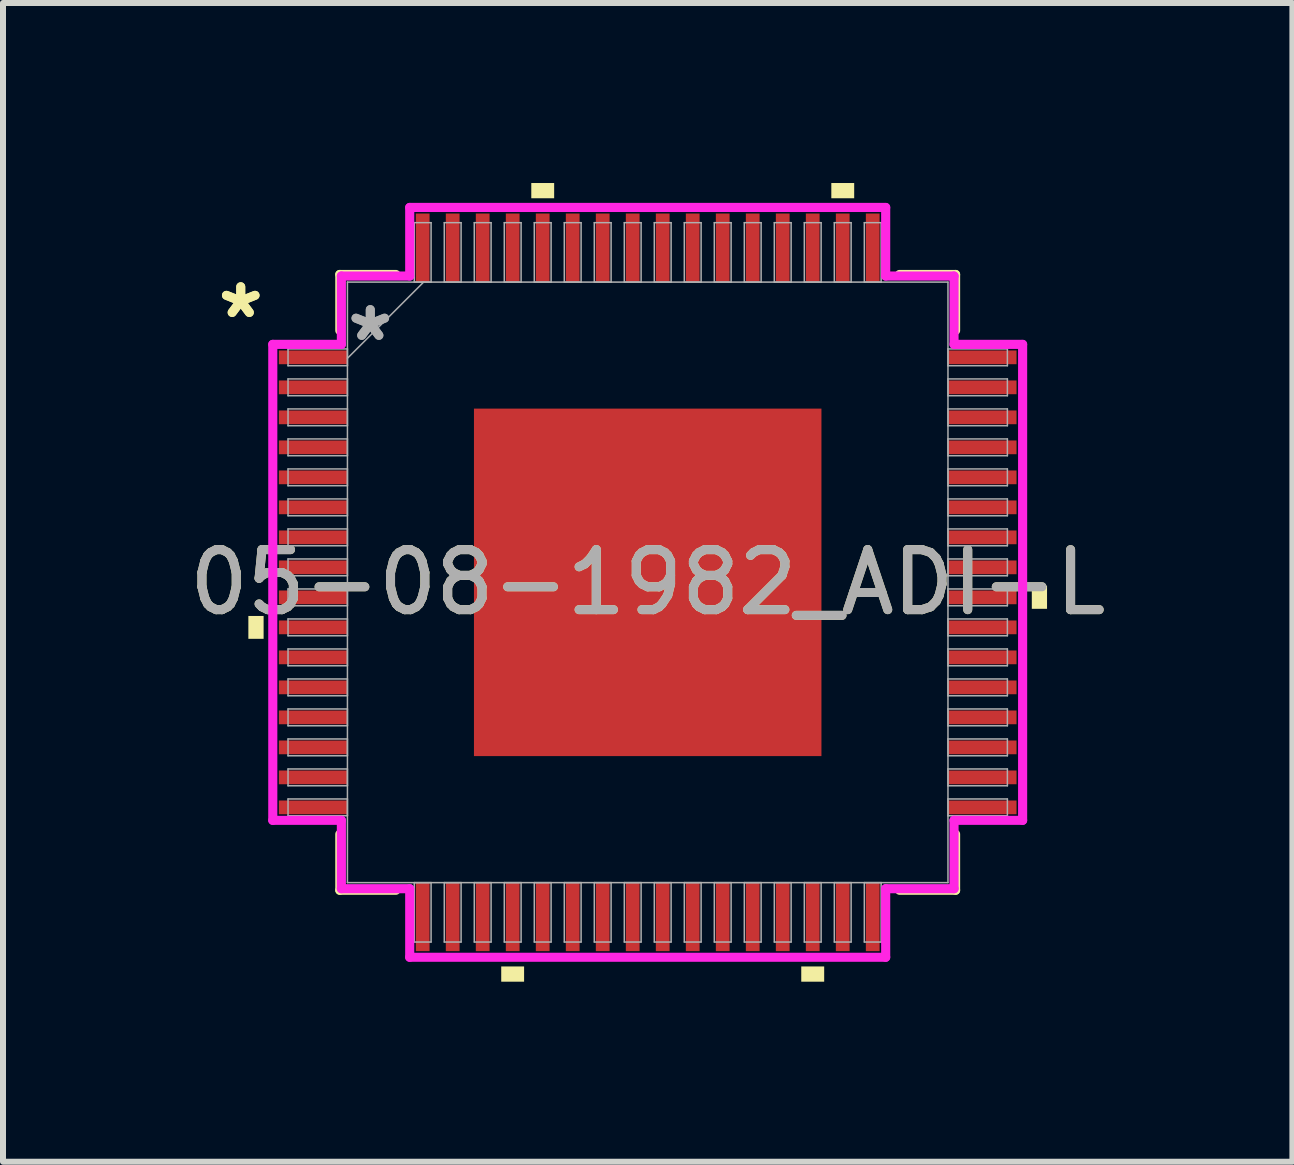
<source format=kicad_pcb>
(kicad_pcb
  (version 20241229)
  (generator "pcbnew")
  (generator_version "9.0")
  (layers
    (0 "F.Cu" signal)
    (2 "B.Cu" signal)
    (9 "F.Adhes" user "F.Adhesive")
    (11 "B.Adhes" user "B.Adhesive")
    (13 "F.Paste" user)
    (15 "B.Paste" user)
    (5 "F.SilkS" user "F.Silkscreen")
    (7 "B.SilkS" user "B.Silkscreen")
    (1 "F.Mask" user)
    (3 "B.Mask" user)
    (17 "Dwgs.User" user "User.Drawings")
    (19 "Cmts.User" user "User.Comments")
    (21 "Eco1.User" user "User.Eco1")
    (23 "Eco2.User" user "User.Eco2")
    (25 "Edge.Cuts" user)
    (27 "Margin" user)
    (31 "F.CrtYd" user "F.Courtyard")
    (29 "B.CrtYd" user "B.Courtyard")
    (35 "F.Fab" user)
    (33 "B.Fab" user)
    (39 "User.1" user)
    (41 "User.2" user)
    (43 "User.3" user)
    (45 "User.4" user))
  (footprint "05-08-1982_ADI-L"
    (layer "F.Cu")
    (at 7.744 6.655)
    (property "Reference" "05-08-1982_ADI-L" (at 0 0 0) (unlocked yes) (layer "F.SilkS") (effects (font (size 1 1) (thickness 0.15))))
    (attr smd)
    (fp_line (start -5.131 -5.131) (end -5.131 -4.197) (stroke (width 0.152) (type solid)) (layer "F.SilkS"))
    (fp_line (start -5.131 4.197) (end -5.131 5.131) (stroke (width 0.152) (type solid)) (layer "F.SilkS"))
    (fp_line (start -5.131 5.131) (end -4.197 5.131) (stroke (width 0.152) (type solid)) (layer "F.SilkS"))
    (fp_line (start -4.197 -5.131) (end -5.131 -5.131) (stroke (width 0.152) (type solid)) (layer "F.SilkS"))
    (fp_line (start 4.197 5.131) (end 5.131 5.131) (stroke (width 0.152) (type solid)) (layer "F.SilkS"))
    (fp_line (start 5.131 -5.131) (end 4.197 -5.131) (stroke (width 0.152) (type solid)) (layer "F.SilkS"))
    (fp_line (start 5.131 -4.197) (end 5.131 -5.131) (stroke (width 0.152) (type solid)) (layer "F.SilkS"))
    (fp_line (start 5.131 5.131) (end 5.131 4.197) (stroke (width 0.152) (type solid)) (layer "F.SilkS"))
    (fp_poly (pts (xy -6.655 0.56) (xy -6.655 0.941) (xy -6.401 0.941) (xy -6.401 0.56)) (stroke (width 0) (type solid)) (fill yes) (layer "F.SilkS"))
    (fp_poly (pts (xy -2.441 6.401) (xy -2.441 6.655) (xy -2.06 6.655) (xy -2.06 6.401)) (stroke (width 0) (type solid)) (fill yes) (layer "F.SilkS"))
    (fp_poly (pts (xy -1.94 -6.401) (xy -1.94 -6.655) (xy -1.559 -6.655) (xy -1.559 -6.401)) (stroke (width 0) (type solid)) (fill yes) (layer "F.SilkS"))
    (fp_poly (pts (xy 2.559 6.401) (xy 2.559 6.655) (xy 2.941 6.655) (xy 2.941 6.401)) (stroke (width 0) (type solid)) (fill yes) (layer "F.SilkS"))
    (fp_poly (pts (xy 3.06 -6.401) (xy 3.06 -6.655) (xy 3.441 -6.655) (xy 3.441 -6.401)) (stroke (width 0) (type solid)) (fill yes) (layer "F.SilkS"))
    (fp_poly (pts (xy 6.655 0.059) (xy 6.655 0.441) (xy 6.401 0.441) (xy 6.401 0.059)) (stroke (width 0) (type solid)) (fill yes) (layer "F.SilkS"))
    (fp_poly (pts (xy -2.796 -2.796) (xy -2.796 -1.548) (xy -1.548 -1.548) (xy -1.548 -2.796)) (stroke (width 0) (type solid)) (fill yes) (layer "F.Paste"))
    (fp_poly (pts (xy -2.796 -1.348) (xy -2.796 -0.1) (xy -1.548 -0.1) (xy -1.548 -1.348)) (stroke (width 0) (type solid)) (fill yes) (layer "F.Paste"))
    (fp_poly (pts (xy -2.796 0.1) (xy -2.796 1.348) (xy -1.548 1.348) (xy -1.548 0.1)) (stroke (width 0) (type solid)) (fill yes) (layer "F.Paste"))
    (fp_poly (pts (xy -2.796 1.548) (xy -2.796 2.796) (xy -1.548 2.796) (xy -1.548 1.548)) (stroke (width 0) (type solid)) (fill yes) (layer "F.Paste"))
    (fp_poly (pts (xy -1.348 -2.796) (xy -1.348 -1.548) (xy -0.1 -1.548) (xy -0.1 -2.796)) (stroke (width 0) (type solid)) (fill yes) (layer "F.Paste"))
    (fp_poly (pts (xy -1.348 -1.348) (xy -1.348 -0.1) (xy -0.1 -0.1) (xy -0.1 -1.348)) (stroke (width 0) (type solid)) (fill yes) (layer "F.Paste"))
    (fp_poly (pts (xy -1.348 0.1) (xy -1.348 1.348) (xy -0.1 1.348) (xy -0.1 0.1)) (stroke (width 0) (type solid)) (fill yes) (layer "F.Paste"))
    (fp_poly (pts (xy -1.348 1.548) (xy -1.348 2.796) (xy -0.1 2.796) (xy -0.1 1.548)) (stroke (width 0) (type solid)) (fill yes) (layer "F.Paste"))
    (fp_poly (pts (xy 0.1 -2.796) (xy 0.1 -1.548) (xy 1.348 -1.548) (xy 1.348 -2.796)) (stroke (width 0) (type solid)) (fill yes) (layer "F.Paste"))
    (fp_poly (pts (xy 0.1 -1.348) (xy 0.1 -0.1) (xy 1.348 -0.1) (xy 1.348 -1.348)) (stroke (width 0) (type solid)) (fill yes) (layer "F.Paste"))
    (fp_poly (pts (xy 0.1 0.1) (xy 0.1 1.348) (xy 1.348 1.348) (xy 1.348 0.1)) (stroke (width 0) (type solid)) (fill yes) (layer "F.Paste"))
    (fp_poly (pts (xy 0.1 1.548) (xy 0.1 2.796) (xy 1.348 2.796) (xy 1.348 1.548)) (stroke (width 0) (type solid)) (fill yes) (layer "F.Paste"))
    (fp_poly (pts (xy 1.548 -2.796) (xy 1.548 -1.548) (xy 2.796 -1.548) (xy 2.796 -2.796)) (stroke (width 0) (type solid)) (fill yes) (layer "F.Paste"))
    (fp_poly (pts (xy 1.548 -1.348) (xy 1.548 -0.1) (xy 2.796 -0.1) (xy 2.796 -1.348)) (stroke (width 0) (type solid)) (fill yes) (layer "F.Paste"))
    (fp_poly (pts (xy 1.548 0.1) (xy 1.548 1.348) (xy 2.796 1.348) (xy 2.796 0.1)) (stroke (width 0) (type solid)) (fill yes) (layer "F.Paste"))
    (fp_poly (pts (xy 1.548 1.548) (xy 1.548 2.796) (xy 2.796 2.796) (xy 2.796 1.548)) (stroke (width 0) (type solid)) (fill yes) (layer "F.Paste"))
    (fp_line (start -6.248 -3.966) (end -5.105 -3.966) (stroke (width 0.152) (type solid)) (layer "F.CrtYd"))
    (fp_line (start -6.248 3.966) (end -6.248 -3.966) (stroke (width 0.152) (type solid)) (layer "F.CrtYd"))
    (fp_line (start -5.105 -5.105) (end -3.966 -5.105) (stroke (width 0.152) (type solid)) (layer "F.CrtYd"))
    (fp_line (start -5.105 -3.966) (end -5.105 -5.105) (stroke (width 0.152) (type solid)) (layer "F.CrtYd"))
    (fp_line (start -5.105 3.966) (end -6.248 3.966) (stroke (width 0.152) (type solid)) (layer "F.CrtYd"))
    (fp_line (start -5.105 5.105) (end -5.105 3.966) (stroke (width 0.152) (type solid)) (layer "F.CrtYd"))
    (fp_line (start -5.105 5.105) (end -3.966 5.105) (stroke (width 0.152) (type solid)) (layer "F.CrtYd"))
    (fp_line (start -3.966 -6.248) (end 3.966 -6.248) (stroke (width 0.152) (type solid)) (layer "F.CrtYd"))
    (fp_line (start -3.966 -5.105) (end -3.966 -6.248) (stroke (width 0.152) (type solid)) (layer "F.CrtYd"))
    (fp_line (start -3.966 5.105) (end -3.966 6.248) (stroke (width 0.152) (type solid)) (layer "F.CrtYd"))
    (fp_line (start -3.966 6.248) (end 3.966 6.248) (stroke (width 0.152) (type solid)) (layer "F.CrtYd"))
    (fp_line (start 3.966 -6.248) (end 3.966 -5.105) (stroke (width 0.152) (type solid)) (layer "F.CrtYd"))
    (fp_line (start 3.966 -5.105) (end 5.105 -5.105) (stroke (width 0.152) (type solid)) (layer "F.CrtYd"))
    (fp_line (start 3.966 5.105) (end 5.105 5.105) (stroke (width 0.152) (type solid)) (layer "F.CrtYd"))
    (fp_line (start 3.966 6.248) (end 3.966 5.105) (stroke (width 0.152) (type solid)) (layer "F.CrtYd"))
    (fp_line (start 5.105 -3.966) (end 5.105 -5.105) (stroke (width 0.152) (type solid)) (layer "F.CrtYd"))
    (fp_line (start 5.105 3.966) (end 6.248 3.966) (stroke (width 0.152) (type solid)) (layer "F.CrtYd"))
    (fp_line (start 5.105 5.105) (end 5.105 3.966) (stroke (width 0.152) (type solid)) (layer "F.CrtYd"))
    (fp_line (start 6.248 -3.966) (end 5.105 -3.966) (stroke (width 0.152) (type solid)) (layer "F.CrtYd"))
    (fp_line (start 6.248 3.966) (end 6.248 -3.966) (stroke (width 0.152) (type solid)) (layer "F.CrtYd"))
    (fp_line (start -5.994 -3.89) (end -5.994 -3.61) (stroke (width 0.025) (type solid)) (layer "F.Fab"))
    (fp_line (start -5.994 -3.61) (end -5.004 -3.61) (stroke (width 0.025) (type solid)) (layer "F.Fab"))
    (fp_line (start -5.994 -3.39) (end -5.994 -3.11) (stroke (width 0.025) (type solid)) (layer "F.Fab"))
    (fp_line (start -5.994 -3.11) (end -5.004 -3.11) (stroke (width 0.025) (type solid)) (layer "F.Fab"))
    (fp_line (start -5.994 -2.89) (end -5.994 -2.61) (stroke (width 0.025) (type solid)) (layer "F.Fab"))
    (fp_line (start -5.994 -2.61) (end -5.004 -2.61) (stroke (width 0.025) (type solid)) (layer "F.Fab"))
    (fp_line (start -5.994 -2.39) (end -5.994 -2.11) (stroke (width 0.025) (type solid)) (layer "F.Fab"))
    (fp_line (start -5.994 -2.11) (end -5.004 -2.11) (stroke (width 0.025) (type solid)) (layer "F.Fab"))
    (fp_line (start -5.994 -1.89) (end -5.994 -1.61) (stroke (width 0.025) (type solid)) (layer "F.Fab"))
    (fp_line (start -5.994 -1.61) (end -5.004 -1.61) (stroke (width 0.025) (type solid)) (layer "F.Fab"))
    (fp_line (start -5.994 -1.39) (end -5.994 -1.11) (stroke (width 0.025) (type solid)) (layer "F.Fab"))
    (fp_line (start -5.994 -1.11) (end -5.004 -1.11) (stroke (width 0.025) (type solid)) (layer "F.Fab"))
    (fp_line (start -5.994 -0.89) (end -5.994 -0.61) (stroke (width 0.025) (type solid)) (layer "F.Fab"))
    (fp_line (start -5.994 -0.61) (end -5.004 -0.61) (stroke (width 0.025) (type solid)) (layer "F.Fab"))
    (fp_line (start -5.994 -0.39) (end -5.994 -0.11) (stroke (width 0.025) (type solid)) (layer "F.Fab"))
    (fp_line (start -5.994 -0.11) (end -5.004 -0.11) (stroke (width 0.025) (type solid)) (layer "F.Fab"))
    (fp_line (start -5.994 0.11) (end -5.994 0.39) (stroke (width 0.025) (type solid)) (layer "F.Fab"))
    (fp_line (start -5.994 0.39) (end -5.004 0.39) (stroke (width 0.025) (type solid)) (layer "F.Fab"))
    (fp_line (start -5.994 0.61) (end -5.994 0.89) (stroke (width 0.025) (type solid)) (layer "F.Fab"))
    (fp_line (start -5.994 0.89) (end -5.004 0.89) (stroke (width 0.025) (type solid)) (layer "F.Fab"))
    (fp_line (start -5.994 1.11) (end -5.994 1.39) (stroke (width 0.025) (type solid)) (layer "F.Fab"))
    (fp_line (start -5.994 1.39) (end -5.004 1.39) (stroke (width 0.025) (type solid)) (layer "F.Fab"))
    (fp_line (start -5.994 1.61) (end -5.994 1.89) (stroke (width 0.025) (type solid)) (layer "F.Fab"))
    (fp_line (start -5.994 1.89) (end -5.004 1.89) (stroke (width 0.025) (type solid)) (layer "F.Fab"))
    (fp_line (start -5.994 2.11) (end -5.994 2.39) (stroke (width 0.025) (type solid)) (layer "F.Fab"))
    (fp_line (start -5.994 2.39) (end -5.004 2.39) (stroke (width 0.025) (type solid)) (layer "F.Fab"))
    (fp_line (start -5.994 2.61) (end -5.994 2.89) (stroke (width 0.025) (type solid)) (layer "F.Fab"))
    (fp_line (start -5.994 2.89) (end -5.004 2.89) (stroke (width 0.025) (type solid)) (layer "F.Fab"))
    (fp_line (start -5.994 3.11) (end -5.994 3.39) (stroke (width 0.025) (type solid)) (layer "F.Fab"))
    (fp_line (start -5.994 3.39) (end -5.004 3.39) (stroke (width 0.025) (type solid)) (layer "F.Fab"))
    (fp_line (start -5.994 3.61) (end -5.994 3.89) (stroke (width 0.025) (type solid)) (layer "F.Fab"))
    (fp_line (start -5.994 3.89) (end -5.004 3.89) (stroke (width 0.025) (type solid)) (layer "F.Fab"))
    (fp_line (start -5.004 -5.004) (end -5.004 5.004) (stroke (width 0.025) (type solid)) (layer "F.Fab"))
    (fp_line (start -5.004 -3.89) (end -5.994 -3.89) (stroke (width 0.025) (type solid)) (layer "F.Fab"))
    (fp_line (start -5.004 -3.734) (end -3.734 -5.004) (stroke (width 0.025) (type solid)) (layer "F.Fab"))
    (fp_line (start -5.004 -3.61) (end -5.004 -3.89) (stroke (width 0.025) (type solid)) (layer "F.Fab"))
    (fp_line (start -5.004 -3.39) (end -5.994 -3.39) (stroke (width 0.025) (type solid)) (layer "F.Fab"))
    (fp_line (start -5.004 -3.11) (end -5.004 -3.39) (stroke (width 0.025) (type solid)) (layer "F.Fab"))
    (fp_line (start -5.004 -2.89) (end -5.994 -2.89) (stroke (width 0.025) (type solid)) (layer "F.Fab"))
    (fp_line (start -5.004 -2.61) (end -5.004 -2.89) (stroke (width 0.025) (type solid)) (layer "F.Fab"))
    (fp_line (start -5.004 -2.39) (end -5.994 -2.39) (stroke (width 0.025) (type solid)) (layer "F.Fab"))
    (fp_line (start -5.004 -2.11) (end -5.004 -2.39) (stroke (width 0.025) (type solid)) (layer "F.Fab"))
    (fp_line (start -5.004 -1.89) (end -5.994 -1.89) (stroke (width 0.025) (type solid)) (layer "F.Fab"))
    (fp_line (start -5.004 -1.61) (end -5.004 -1.89) (stroke (width 0.025) (type solid)) (layer "F.Fab"))
    (fp_line (start -5.004 -1.39) (end -5.994 -1.39) (stroke (width 0.025) (type solid)) (layer "F.Fab"))
    (fp_line (start -5.004 -1.11) (end -5.004 -1.39) (stroke (width 0.025) (type solid)) (layer "F.Fab"))
    (fp_line (start -5.004 -0.89) (end -5.994 -0.89) (stroke (width 0.025) (type solid)) (layer "F.Fab"))
    (fp_line (start -5.004 -0.61) (end -5.004 -0.89) (stroke (width 0.025) (type solid)) (layer "F.Fab"))
    (fp_line (start -5.004 -0.39) (end -5.994 -0.39) (stroke (width 0.025) (type solid)) (layer "F.Fab"))
    (fp_line (start -5.004 -0.11) (end -5.004 -0.39) (stroke (width 0.025) (type solid)) (layer "F.Fab"))
    (fp_line (start -5.004 0.11) (end -5.994 0.11) (stroke (width 0.025) (type solid)) (layer "F.Fab"))
    (fp_line (start -5.004 0.39) (end -5.004 0.11) (stroke (width 0.025) (type solid)) (layer "F.Fab"))
    (fp_line (start -5.004 0.61) (end -5.994 0.61) (stroke (width 0.025) (type solid)) (layer "F.Fab"))
    (fp_line (start -5.004 0.89) (end -5.004 0.61) (stroke (width 0.025) (type solid)) (layer "F.Fab"))
    (fp_line (start -5.004 1.11) (end -5.994 1.11) (stroke (width 0.025) (type solid)) (layer "F.Fab"))
    (fp_line (start -5.004 1.39) (end -5.004 1.11) (stroke (width 0.025) (type solid)) (layer "F.Fab"))
    (fp_line (start -5.004 1.61) (end -5.994 1.61) (stroke (width 0.025) (type solid)) (layer "F.Fab"))
    (fp_line (start -5.004 1.89) (end -5.004 1.61) (stroke (width 0.025) (type solid)) (layer "F.Fab"))
    (fp_line (start -5.004 2.11) (end -5.994 2.11) (stroke (width 0.025) (type solid)) (layer "F.Fab"))
    (fp_line (start -5.004 2.39) (end -5.004 2.11) (stroke (width 0.025) (type solid)) (layer "F.Fab"))
    (fp_line (start -5.004 2.61) (end -5.994 2.61) (stroke (width 0.025) (type solid)) (layer "F.Fab"))
    (fp_line (start -5.004 2.89) (end -5.004 2.61) (stroke (width 0.025) (type solid)) (layer "F.Fab"))
    (fp_line (start -5.004 3.11) (end -5.994 3.11) (stroke (width 0.025) (type solid)) (layer "F.Fab"))
    (fp_line (start -5.004 3.39) (end -5.004 3.11) (stroke (width 0.025) (type solid)) (layer "F.Fab"))
    (fp_line (start -5.004 3.61) (end -5.994 3.61) (stroke (width 0.025) (type solid)) (layer "F.Fab"))
    (fp_line (start -5.004 3.89) (end -5.004 3.61) (stroke (width 0.025) (type solid)) (layer "F.Fab"))
    (fp_line (start -5.004 5.004) (end 5.004 5.004) (stroke (width 0.025) (type solid)) (layer "F.Fab"))
    (fp_line (start -3.89 -5.994) (end -3.89 -5.004) (stroke (width 0.025) (type solid)) (layer "F.Fab"))
    (fp_line (start -3.89 -5.004) (end -3.61 -5.004) (stroke (width 0.025) (type solid)) (layer "F.Fab"))
    (fp_line (start -3.89 5.004) (end -3.89 5.994) (stroke (width 0.025) (type solid)) (layer "F.Fab"))
    (fp_line (start -3.89 5.994) (end -3.61 5.994) (stroke (width 0.025) (type solid)) (layer "F.Fab"))
    (fp_line (start -3.61 -5.994) (end -3.89 -5.994) (stroke (width 0.025) (type solid)) (layer "F.Fab"))
    (fp_line (start -3.61 -5.004) (end -3.61 -5.994) (stroke (width 0.025) (type solid)) (layer "F.Fab"))
    (fp_line (start -3.61 5.004) (end -3.89 5.004) (stroke (width 0.025) (type solid)) (layer "F.Fab"))
    (fp_line (start -3.61 5.994) (end -3.61 5.004) (stroke (width 0.025) (type solid)) (layer "F.Fab"))
    (fp_line (start -3.39 -5.994) (end -3.39 -5.004) (stroke (width 0.025) (type solid)) (layer "F.Fab"))
    (fp_line (start -3.39 -5.004) (end -3.11 -5.004) (stroke (width 0.025) (type solid)) (layer "F.Fab"))
    (fp_line (start -3.39 5.004) (end -3.39 5.994) (stroke (width 0.025) (type solid)) (layer "F.Fab"))
    (fp_line (start -3.39 5.994) (end -3.11 5.994) (stroke (width 0.025) (type solid)) (layer "F.Fab"))
    (fp_line (start -3.11 -5.994) (end -3.39 -5.994) (stroke (width 0.025) (type solid)) (layer "F.Fab"))
    (fp_line (start -3.11 -5.004) (end -3.11 -5.994) (stroke (width 0.025) (type solid)) (layer "F.Fab"))
    (fp_line (start -3.11 5.004) (end -3.39 5.004) (stroke (width 0.025) (type solid)) (layer "F.Fab"))
    (fp_line (start -3.11 5.994) (end -3.11 5.004) (stroke (width 0.025) (type solid)) (layer "F.Fab"))
    (fp_line (start -2.89 -5.994) (end -2.89 -5.004) (stroke (width 0.025) (type solid)) (layer "F.Fab"))
    (fp_line (start -2.89 -5.004) (end -2.61 -5.004) (stroke (width 0.025) (type solid)) (layer "F.Fab"))
    (fp_line (start -2.89 5.004) (end -2.89 5.994) (stroke (width 0.025) (type solid)) (layer "F.Fab"))
    (fp_line (start -2.89 5.994) (end -2.61 5.994) (stroke (width 0.025) (type solid)) (layer "F.Fab"))
    (fp_line (start -2.61 -5.994) (end -2.89 -5.994) (stroke (width 0.025) (type solid)) (layer "F.Fab"))
    (fp_line (start -2.61 -5.004) (end -2.61 -5.994) (stroke (width 0.025) (type solid)) (layer "F.Fab"))
    (fp_line (start -2.61 5.004) (end -2.89 5.004) (stroke (width 0.025) (type solid)) (layer "F.Fab"))
    (fp_line (start -2.61 5.994) (end -2.61 5.004) (stroke (width 0.025) (type solid)) (layer "F.Fab"))
    (fp_line (start -2.39 -5.994) (end -2.39 -5.004) (stroke (width 0.025) (type solid)) (layer "F.Fab"))
    (fp_line (start -2.39 -5.004) (end -2.11 -5.004) (stroke (width 0.025) (type solid)) (layer "F.Fab"))
    (fp_line (start -2.39 5.004) (end -2.39 5.994) (stroke (width 0.025) (type solid)) (layer "F.Fab"))
    (fp_line (start -2.39 5.994) (end -2.11 5.994) (stroke (width 0.025) (type solid)) (layer "F.Fab"))
    (fp_line (start -2.11 -5.994) (end -2.39 -5.994) (stroke (width 0.025) (type solid)) (layer "F.Fab"))
    (fp_line (start -2.11 -5.004) (end -2.11 -5.994) (stroke (width 0.025) (type solid)) (layer "F.Fab"))
    (fp_line (start -2.11 5.004) (end -2.39 5.004) (stroke (width 0.025) (type solid)) (layer "F.Fab"))
    (fp_line (start -2.11 5.994) (end -2.11 5.004) (stroke (width 0.025) (type solid)) (layer "F.Fab"))
    (fp_line (start -1.89 -5.994) (end -1.89 -5.004) (stroke (width 0.025) (type solid)) (layer "F.Fab"))
    (fp_line (start -1.89 -5.004) (end -1.61 -5.004) (stroke (width 0.025) (type solid)) (layer "F.Fab"))
    (fp_line (start -1.89 5.004) (end -1.89 5.994) (stroke (width 0.025) (type solid)) (layer "F.Fab"))
    (fp_line (start -1.89 5.994) (end -1.61 5.994) (stroke (width 0.025) (type solid)) (layer "F.Fab"))
    (fp_line (start -1.61 -5.994) (end -1.89 -5.994) (stroke (width 0.025) (type solid)) (layer "F.Fab"))
    (fp_line (start -1.61 -5.004) (end -1.61 -5.994) (stroke (width 0.025) (type solid)) (layer "F.Fab"))
    (fp_line (start -1.61 5.004) (end -1.89 5.004) (stroke (width 0.025) (type solid)) (layer "F.Fab"))
    (fp_line (start -1.61 5.994) (end -1.61 5.004) (stroke (width 0.025) (type solid)) (layer "F.Fab"))
    (fp_line (start -1.39 -5.994) (end -1.39 -5.004) (stroke (width 0.025) (type solid)) (layer "F.Fab"))
    (fp_line (start -1.39 -5.004) (end -1.11 -5.004) (stroke (width 0.025) (type solid)) (layer "F.Fab"))
    (fp_line (start -1.39 5.004) (end -1.39 5.994) (stroke (width 0.025) (type solid)) (layer "F.Fab"))
    (fp_line (start -1.39 5.994) (end -1.11 5.994) (stroke (width 0.025) (type solid)) (layer "F.Fab"))
    (fp_line (start -1.11 -5.994) (end -1.39 -5.994) (stroke (width 0.025) (type solid)) (layer "F.Fab"))
    (fp_line (start -1.11 -5.004) (end -1.11 -5.994) (stroke (width 0.025) (type solid)) (layer "F.Fab"))
    (fp_line (start -1.11 5.004) (end -1.39 5.004) (stroke (width 0.025) (type solid)) (layer "F.Fab"))
    (fp_line (start -1.11 5.994) (end -1.11 5.004) (stroke (width 0.025) (type solid)) (layer "F.Fab"))
    (fp_line (start -0.89 -5.994) (end -0.89 -5.004) (stroke (width 0.025) (type solid)) (layer "F.Fab"))
    (fp_line (start -0.89 -5.004) (end -0.61 -5.004) (stroke (width 0.025) (type solid)) (layer "F.Fab"))
    (fp_line (start -0.89 5.004) (end -0.89 5.994) (stroke (width 0.025) (type solid)) (layer "F.Fab"))
    (fp_line (start -0.89 5.994) (end -0.61 5.994) (stroke (width 0.025) (type solid)) (layer "F.Fab"))
    (fp_line (start -0.61 -5.994) (end -0.89 -5.994) (stroke (width 0.025) (type solid)) (layer "F.Fab"))
    (fp_line (start -0.61 -5.004) (end -0.61 -5.994) (stroke (width 0.025) (type solid)) (layer "F.Fab"))
    (fp_line (start -0.61 5.004) (end -0.89 5.004) (stroke (width 0.025) (type solid)) (layer "F.Fab"))
    (fp_line (start -0.61 5.994) (end -0.61 5.004) (stroke (width 0.025) (type solid)) (layer "F.Fab"))
    (fp_line (start -0.39 -5.994) (end -0.39 -5.004) (stroke (width 0.025) (type solid)) (layer "F.Fab"))
    (fp_line (start -0.39 -5.004) (end -0.11 -5.004) (stroke (width 0.025) (type solid)) (layer "F.Fab"))
    (fp_line (start -0.39 5.004) (end -0.39 5.994) (stroke (width 0.025) (type solid)) (layer "F.Fab"))
    (fp_line (start -0.39 5.994) (end -0.11 5.994) (stroke (width 0.025) (type solid)) (layer "F.Fab"))
    (fp_line (start -0.11 -5.994) (end -0.39 -5.994) (stroke (width 0.025) (type solid)) (layer "F.Fab"))
    (fp_line (start -0.11 -5.004) (end -0.11 -5.994) (stroke (width 0.025) (type solid)) (layer "F.Fab"))
    (fp_line (start -0.11 5.004) (end -0.39 5.004) (stroke (width 0.025) (type solid)) (layer "F.Fab"))
    (fp_line (start -0.11 5.994) (end -0.11 5.004) (stroke (width 0.025) (type solid)) (layer "F.Fab"))
    (fp_line (start 0.11 -5.994) (end 0.11 -5.004) (stroke (width 0.025) (type solid)) (layer "F.Fab"))
    (fp_line (start 0.11 -5.004) (end 0.39 -5.004) (stroke (width 0.025) (type solid)) (layer "F.Fab"))
    (fp_line (start 0.11 5.004) (end 0.11 5.994) (stroke (width 0.025) (type solid)) (layer "F.Fab"))
    (fp_line (start 0.11 5.994) (end 0.39 5.994) (stroke (width 0.025) (type solid)) (layer "F.Fab"))
    (fp_line (start 0.39 -5.994) (end 0.11 -5.994) (stroke (width 0.025) (type solid)) (layer "F.Fab"))
    (fp_line (start 0.39 -5.004) (end 0.39 -5.994) (stroke (width 0.025) (type solid)) (layer "F.Fab"))
    (fp_line (start 0.39 5.004) (end 0.11 5.004) (stroke (width 0.025) (type solid)) (layer "F.Fab"))
    (fp_line (start 0.39 5.994) (end 0.39 5.004) (stroke (width 0.025) (type solid)) (layer "F.Fab"))
    (fp_line (start 0.61 -5.994) (end 0.61 -5.004) (stroke (width 0.025) (type solid)) (layer "F.Fab"))
    (fp_line (start 0.61 -5.004) (end 0.89 -5.004) (stroke (width 0.025) (type solid)) (layer "F.Fab"))
    (fp_line (start 0.61 5.004) (end 0.61 5.994) (stroke (width 0.025) (type solid)) (layer "F.Fab"))
    (fp_line (start 0.61 5.994) (end 0.89 5.994) (stroke (width 0.025) (type solid)) (layer "F.Fab"))
    (fp_line (start 0.89 -5.994) (end 0.61 -5.994) (stroke (width 0.025) (type solid)) (layer "F.Fab"))
    (fp_line (start 0.89 -5.004) (end 0.89 -5.994) (stroke (width 0.025) (type solid)) (layer "F.Fab"))
    (fp_line (start 0.89 5.004) (end 0.61 5.004) (stroke (width 0.025) (type solid)) (layer "F.Fab"))
    (fp_line (start 0.89 5.994) (end 0.89 5.004) (stroke (width 0.025) (type solid)) (layer "F.Fab"))
    (fp_line (start 1.11 -5.994) (end 1.11 -5.004) (stroke (width 0.025) (type solid)) (layer "F.Fab"))
    (fp_line (start 1.11 -5.004) (end 1.39 -5.004) (stroke (width 0.025) (type solid)) (layer "F.Fab"))
    (fp_line (start 1.11 5.004) (end 1.11 5.994) (stroke (width 0.025) (type solid)) (layer "F.Fab"))
    (fp_line (start 1.11 5.994) (end 1.39 5.994) (stroke (width 0.025) (type solid)) (layer "F.Fab"))
    (fp_line (start 1.39 -5.994) (end 1.11 -5.994) (stroke (width 0.025) (type solid)) (layer "F.Fab"))
    (fp_line (start 1.39 -5.004) (end 1.39 -5.994) (stroke (width 0.025) (type solid)) (layer "F.Fab"))
    (fp_line (start 1.39 5.004) (end 1.11 5.004) (stroke (width 0.025) (type solid)) (layer "F.Fab"))
    (fp_line (start 1.39 5.994) (end 1.39 5.004) (stroke (width 0.025) (type solid)) (layer "F.Fab"))
    (fp_line (start 1.61 -5.994) (end 1.61 -5.004) (stroke (width 0.025) (type solid)) (layer "F.Fab"))
    (fp_line (start 1.61 -5.004) (end 1.89 -5.004) (stroke (width 0.025) (type solid)) (layer "F.Fab"))
    (fp_line (start 1.61 5.004) (end 1.61 5.994) (stroke (width 0.025) (type solid)) (layer "F.Fab"))
    (fp_line (start 1.61 5.994) (end 1.89 5.994) (stroke (width 0.025) (type solid)) (layer "F.Fab"))
    (fp_line (start 1.89 -5.994) (end 1.61 -5.994) (stroke (width 0.025) (type solid)) (layer "F.Fab"))
    (fp_line (start 1.89 -5.004) (end 1.89 -5.994) (stroke (width 0.025) (type solid)) (layer "F.Fab"))
    (fp_line (start 1.89 5.004) (end 1.61 5.004) (stroke (width 0.025) (type solid)) (layer "F.Fab"))
    (fp_line (start 1.89 5.994) (end 1.89 5.004) (stroke (width 0.025) (type solid)) (layer "F.Fab"))
    (fp_line (start 2.11 -5.994) (end 2.11 -5.004) (stroke (width 0.025) (type solid)) (layer "F.Fab"))
    (fp_line (start 2.11 -5.004) (end 2.39 -5.004) (stroke (width 0.025) (type solid)) (layer "F.Fab"))
    (fp_line (start 2.11 5.004) (end 2.11 5.994) (stroke (width 0.025) (type solid)) (layer "F.Fab"))
    (fp_line (start 2.11 5.994) (end 2.39 5.994) (stroke (width 0.025) (type solid)) (layer "F.Fab"))
    (fp_line (start 2.39 -5.994) (end 2.11 -5.994) (stroke (width 0.025) (type solid)) (layer "F.Fab"))
    (fp_line (start 2.39 -5.004) (end 2.39 -5.994) (stroke (width 0.025) (type solid)) (layer "F.Fab"))
    (fp_line (start 2.39 5.004) (end 2.11 5.004) (stroke (width 0.025) (type solid)) (layer "F.Fab"))
    (fp_line (start 2.39 5.994) (end 2.39 5.004) (stroke (width 0.025) (type solid)) (layer "F.Fab"))
    (fp_line (start 2.61 -5.994) (end 2.61 -5.004) (stroke (width 0.025) (type solid)) (layer "F.Fab"))
    (fp_line (start 2.61 -5.004) (end 2.89 -5.004) (stroke (width 0.025) (type solid)) (layer "F.Fab"))
    (fp_line (start 2.61 5.004) (end 2.61 5.994) (stroke (width 0.025) (type solid)) (layer "F.Fab"))
    (fp_line (start 2.61 5.994) (end 2.89 5.994) (stroke (width 0.025) (type solid)) (layer "F.Fab"))
    (fp_line (start 2.89 -5.994) (end 2.61 -5.994) (stroke (width 0.025) (type solid)) (layer "F.Fab"))
    (fp_line (start 2.89 -5.004) (end 2.89 -5.994) (stroke (width 0.025) (type solid)) (layer "F.Fab"))
    (fp_line (start 2.89 5.004) (end 2.61 5.004) (stroke (width 0.025) (type solid)) (layer "F.Fab"))
    (fp_line (start 2.89 5.994) (end 2.89 5.004) (stroke (width 0.025) (type solid)) (layer "F.Fab"))
    (fp_line (start 3.11 -5.994) (end 3.11 -5.004) (stroke (width 0.025) (type solid)) (layer "F.Fab"))
    (fp_line (start 3.11 -5.004) (end 3.39 -5.004) (stroke (width 0.025) (type solid)) (layer "F.Fab"))
    (fp_line (start 3.11 5.004) (end 3.11 5.994) (stroke (width 0.025) (type solid)) (layer "F.Fab"))
    (fp_line (start 3.11 5.994) (end 3.39 5.994) (stroke (width 0.025) (type solid)) (layer "F.Fab"))
    (fp_line (start 3.39 -5.994) (end 3.11 -5.994) (stroke (width 0.025) (type solid)) (layer "F.Fab"))
    (fp_line (start 3.39 -5.004) (end 3.39 -5.994) (stroke (width 0.025) (type solid)) (layer "F.Fab"))
    (fp_line (start 3.39 5.004) (end 3.11 5.004) (stroke (width 0.025) (type solid)) (layer "F.Fab"))
    (fp_line (start 3.39 5.994) (end 3.39 5.004) (stroke (width 0.025) (type solid)) (layer "F.Fab"))
    (fp_line (start 3.61 -5.994) (end 3.61 -5.004) (stroke (width 0.025) (type solid)) (layer "F.Fab"))
    (fp_line (start 3.61 -5.004) (end 3.89 -5.004) (stroke (width 0.025) (type solid)) (layer "F.Fab"))
    (fp_line (start 3.61 5.004) (end 3.61 5.994) (stroke (width 0.025) (type solid)) (layer "F.Fab"))
    (fp_line (start 3.61 5.994) (end 3.89 5.994) (stroke (width 0.025) (type solid)) (layer "F.Fab"))
    (fp_line (start 3.89 -5.994) (end 3.61 -5.994) (stroke (width 0.025) (type solid)) (layer "F.Fab"))
    (fp_line (start 3.89 -5.004) (end 3.89 -5.994) (stroke (width 0.025) (type solid)) (layer "F.Fab"))
    (fp_line (start 3.89 5.004) (end 3.61 5.004) (stroke (width 0.025) (type solid)) (layer "F.Fab"))
    (fp_line (start 3.89 5.994) (end 3.89 5.004) (stroke (width 0.025) (type solid)) (layer "F.Fab"))
    (fp_line (start 5.004 -5.004) (end -5.004 -5.004) (stroke (width 0.025) (type solid)) (layer "F.Fab"))
    (fp_line (start 5.004 -3.89) (end 5.004 -3.61) (stroke (width 0.025) (type solid)) (layer "F.Fab"))
    (fp_line (start 5.004 -3.61) (end 5.994 -3.61) (stroke (width 0.025) (type solid)) (layer "F.Fab"))
    (fp_line (start 5.004 -3.39) (end 5.004 -3.11) (stroke (width 0.025) (type solid)) (layer "F.Fab"))
    (fp_line (start 5.004 -3.11) (end 5.994 -3.11) (stroke (width 0.025) (type solid)) (layer "F.Fab"))
    (fp_line (start 5.004 -2.89) (end 5.004 -2.61) (stroke (width 0.025) (type solid)) (layer "F.Fab"))
    (fp_line (start 5.004 -2.61) (end 5.994 -2.61) (stroke (width 0.025) (type solid)) (layer "F.Fab"))
    (fp_line (start 5.004 -2.39) (end 5.004 -2.11) (stroke (width 0.025) (type solid)) (layer "F.Fab"))
    (fp_line (start 5.004 -2.11) (end 5.994 -2.11) (stroke (width 0.025) (type solid)) (layer "F.Fab"))
    (fp_line (start 5.004 -1.89) (end 5.004 -1.61) (stroke (width 0.025) (type solid)) (layer "F.Fab"))
    (fp_line (start 5.004 -1.61) (end 5.994 -1.61) (stroke (width 0.025) (type solid)) (layer "F.Fab"))
    (fp_line (start 5.004 -1.39) (end 5.004 -1.11) (stroke (width 0.025) (type solid)) (layer "F.Fab"))
    (fp_line (start 5.004 -1.11) (end 5.994 -1.11) (stroke (width 0.025) (type solid)) (layer "F.Fab"))
    (fp_line (start 5.004 -0.89) (end 5.004 -0.61) (stroke (width 0.025) (type solid)) (layer "F.Fab"))
    (fp_line (start 5.004 -0.61) (end 5.994 -0.61) (stroke (width 0.025) (type solid)) (layer "F.Fab"))
    (fp_line (start 5.004 -0.39) (end 5.004 -0.11) (stroke (width 0.025) (type solid)) (layer "F.Fab"))
    (fp_line (start 5.004 -0.11) (end 5.994 -0.11) (stroke (width 0.025) (type solid)) (layer "F.Fab"))
    (fp_line (start 5.004 0.11) (end 5.004 0.39) (stroke (width 0.025) (type solid)) (layer "F.Fab"))
    (fp_line (start 5.004 0.39) (end 5.994 0.39) (stroke (width 0.025) (type solid)) (layer "F.Fab"))
    (fp_line (start 5.004 0.61) (end 5.004 0.89) (stroke (width 0.025) (type solid)) (layer "F.Fab"))
    (fp_line (start 5.004 0.89) (end 5.994 0.89) (stroke (width 0.025) (type solid)) (layer "F.Fab"))
    (fp_line (start 5.004 1.11) (end 5.004 1.39) (stroke (width 0.025) (type solid)) (layer "F.Fab"))
    (fp_line (start 5.004 1.39) (end 5.994 1.39) (stroke (width 0.025) (type solid)) (layer "F.Fab"))
    (fp_line (start 5.004 1.61) (end 5.004 1.89) (stroke (width 0.025) (type solid)) (layer "F.Fab"))
    (fp_line (start 5.004 1.89) (end 5.994 1.89) (stroke (width 0.025) (type solid)) (layer "F.Fab"))
    (fp_line (start 5.004 2.11) (end 5.004 2.39) (stroke (width 0.025) (type solid)) (layer "F.Fab"))
    (fp_line (start 5.004 2.39) (end 5.994 2.39) (stroke (width 0.025) (type solid)) (layer "F.Fab"))
    (fp_line (start 5.004 2.61) (end 5.004 2.89) (stroke (width 0.025) (type solid)) (layer "F.Fab"))
    (fp_line (start 5.004 2.89) (end 5.994 2.89) (stroke (width 0.025) (type solid)) (layer "F.Fab"))
    (fp_line (start 5.004 3.11) (end 5.004 3.39) (stroke (width 0.025) (type solid)) (layer "F.Fab"))
    (fp_line (start 5.004 3.39) (end 5.994 3.39) (stroke (width 0.025) (type solid)) (layer "F.Fab"))
    (fp_line (start 5.004 3.61) (end 5.004 3.89) (stroke (width 0.025) (type solid)) (layer "F.Fab"))
    (fp_line (start 5.004 3.89) (end 5.994 3.89) (stroke (width 0.025) (type solid)) (layer "F.Fab"))
    (fp_line (start 5.004 5.004) (end 5.004 -5.004) (stroke (width 0.025) (type solid)) (layer "F.Fab"))
    (fp_line (start 5.994 -3.89) (end 5.004 -3.89) (stroke (width 0.025) (type solid)) (layer "F.Fab"))
    (fp_line (start 5.994 -3.61) (end 5.994 -3.89) (stroke (width 0.025) (type solid)) (layer "F.Fab"))
    (fp_line (start 5.994 -3.39) (end 5.004 -3.39) (stroke (width 0.025) (type solid)) (layer "F.Fab"))
    (fp_line (start 5.994 -3.11) (end 5.994 -3.39) (stroke (width 0.025) (type solid)) (layer "F.Fab"))
    (fp_line (start 5.994 -2.89) (end 5.004 -2.89) (stroke (width 0.025) (type solid)) (layer "F.Fab"))
    (fp_line (start 5.994 -2.61) (end 5.994 -2.89) (stroke (width 0.025) (type solid)) (layer "F.Fab"))
    (fp_line (start 5.994 -2.39) (end 5.004 -2.39) (stroke (width 0.025) (type solid)) (layer "F.Fab"))
    (fp_line (start 5.994 -2.11) (end 5.994 -2.39) (stroke (width 0.025) (type solid)) (layer "F.Fab"))
    (fp_line (start 5.994 -1.89) (end 5.004 -1.89) (stroke (width 0.025) (type solid)) (layer "F.Fab"))
    (fp_line (start 5.994 -1.61) (end 5.994 -1.89) (stroke (width 0.025) (type solid)) (layer "F.Fab"))
    (fp_line (start 5.994 -1.39) (end 5.004 -1.39) (stroke (width 0.025) (type solid)) (layer "F.Fab"))
    (fp_line (start 5.994 -1.11) (end 5.994 -1.39) (stroke (width 0.025) (type solid)) (layer "F.Fab"))
    (fp_line (start 5.994 -0.89) (end 5.004 -0.89) (stroke (width 0.025) (type solid)) (layer "F.Fab"))
    (fp_line (start 5.994 -0.61) (end 5.994 -0.89) (stroke (width 0.025) (type solid)) (layer "F.Fab"))
    (fp_line (start 5.994 -0.39) (end 5.004 -0.39) (stroke (width 0.025) (type solid)) (layer "F.Fab"))
    (fp_line (start 5.994 -0.11) (end 5.994 -0.39) (stroke (width 0.025) (type solid)) (layer "F.Fab"))
    (fp_line (start 5.994 0.11) (end 5.004 0.11) (stroke (width 0.025) (type solid)) (layer "F.Fab"))
    (fp_line (start 5.994 0.39) (end 5.994 0.11) (stroke (width 0.025) (type solid)) (layer "F.Fab"))
    (fp_line (start 5.994 0.61) (end 5.004 0.61) (stroke (width 0.025) (type solid)) (layer "F.Fab"))
    (fp_line (start 5.994 0.89) (end 5.994 0.61) (stroke (width 0.025) (type solid)) (layer "F.Fab"))
    (fp_line (start 5.994 1.11) (end 5.004 1.11) (stroke (width 0.025) (type solid)) (layer "F.Fab"))
    (fp_line (start 5.994 1.39) (end 5.994 1.11) (stroke (width 0.025) (type solid)) (layer "F.Fab"))
    (fp_line (start 5.994 1.61) (end 5.004 1.61) (stroke (width 0.025) (type solid)) (layer "F.Fab"))
    (fp_line (start 5.994 1.89) (end 5.994 1.61) (stroke (width 0.025) (type solid)) (layer "F.Fab"))
    (fp_line (start 5.994 2.11) (end 5.004 2.11) (stroke (width 0.025) (type solid)) (layer "F.Fab"))
    (fp_line (start 5.994 2.39) (end 5.994 2.11) (stroke (width 0.025) (type solid)) (layer "F.Fab"))
    (fp_line (start 5.994 2.61) (end 5.004 2.61) (stroke (width 0.025) (type solid)) (layer "F.Fab"))
    (fp_line (start 5.994 2.89) (end 5.994 2.61) (stroke (width 0.025) (type solid)) (layer "F.Fab"))
    (fp_line (start 5.994 3.11) (end 5.004 3.11) (stroke (width 0.025) (type solid)) (layer "F.Fab"))
    (fp_line (start 5.994 3.39) (end 5.994 3.11) (stroke (width 0.025) (type solid)) (layer "F.Fab"))
    (fp_line (start 5.994 3.61) (end 5.004 3.61) (stroke (width 0.025) (type solid)) (layer "F.Fab"))
    (fp_line (start 5.994 3.89) (end 5.994 3.61) (stroke (width 0.025) (type solid)) (layer "F.Fab"))
    (fp_text user "*" (at -6.782 -4.381 0) (unlocked yes) (layer "F.SilkS") (effects (font (size 1 1) (thickness 0.15))))
    (fp_text user "*" (at -6.782 -4.381 0) (layer "F.SilkS") (effects (font (size 1 1) (thickness 0.15))))
    (fp_text user "${REFERENCE}" (at 0 0 0) (unlocked yes) (layer "F.Fab") (effects (font (size 1 1) (thickness 0.15))))
    (fp_text user "*" (at -4.623 -4 0) (layer "F.Fab") (effects (font (size 1 1) (thickness 0.15))))
    (fp_text user "*" (at -4.623 -4 0) (unlocked yes) (layer "F.Fab") (effects (font (size 1 1) (thickness 0.15))))
    (pad "1" smd rect (at -5.575 -3.75 90) (size 0.229 1.143) (layers "F.Cu" "F.Mask" "F.Paste"))
    (pad "2" smd rect (at -5.575 -3.25 90) (size 0.229 1.143) (layers "F.Cu" "F.Mask" "F.Paste"))
    (pad "3" smd rect (at -5.575 -2.75 90) (size 0.229 1.143) (layers "F.Cu" "F.Mask" "F.Paste"))
    (pad "4" smd rect (at -5.575 -2.25 90) (size 0.229 1.143) (layers "F.Cu" "F.Mask" "F.Paste"))
    (pad "5" smd rect (at -5.575 -1.75 90) (size 0.229 1.143) (layers "F.Cu" "F.Mask" "F.Paste"))
    (pad "6" smd rect (at -5.575 -1.25 90) (size 0.229 1.143) (layers "F.Cu" "F.Mask" "F.Paste"))
    (pad "7" smd rect (at -5.575 -0.75 90) (size 0.229 1.143) (layers "F.Cu" "F.Mask" "F.Paste"))
    (pad "8" smd rect (at -5.575 -0.25 90) (size 0.229 1.143) (layers "F.Cu" "F.Mask" "F.Paste"))
    (pad "9" smd rect (at -5.575 0.25 90) (size 0.229 1.143) (layers "F.Cu" "F.Mask" "F.Paste"))
    (pad "10" smd rect (at -5.575 0.75 90) (size 0.229 1.143) (layers "F.Cu" "F.Mask" "F.Paste"))
    (pad "11" smd rect (at -5.575 1.25 90) (size 0.229 1.143) (layers "F.Cu" "F.Mask" "F.Paste"))
    (pad "12" smd rect (at -5.575 1.75 90) (size 0.229 1.143) (layers "F.Cu" "F.Mask" "F.Paste"))
    (pad "13" smd rect (at -5.575 2.25 90) (size 0.229 1.143) (layers "F.Cu" "F.Mask" "F.Paste"))
    (pad "14" smd rect (at -5.575 2.75 90) (size 0.229 1.143) (layers "F.Cu" "F.Mask" "F.Paste"))
    (pad "15" smd rect (at -5.575 3.25 90) (size 0.229 1.143) (layers "F.Cu" "F.Mask" "F.Paste"))
    (pad "16" smd rect (at -5.575 3.75 90) (size 0.229 1.143) (layers "F.Cu" "F.Mask" "F.Paste"))
    (pad "17" smd rect (at -3.75 5.575) (size 0.229 1.143) (layers "F.Cu" "F.Mask" "F.Paste"))
    (pad "18" smd rect (at -3.25 5.575) (size 0.229 1.143) (layers "F.Cu" "F.Mask" "F.Paste"))
    (pad "19" smd rect (at -2.75 5.575) (size 0.229 1.143) (layers "F.Cu" "F.Mask" "F.Paste"))
    (pad "20" smd rect (at -2.25 5.575) (size 0.229 1.143) (layers "F.Cu" "F.Mask" "F.Paste"))
    (pad "21" smd rect (at -1.75 5.575) (size 0.229 1.143) (layers "F.Cu" "F.Mask" "F.Paste"))
    (pad "22" smd rect (at -1.25 5.575) (size 0.229 1.143) (layers "F.Cu" "F.Mask" "F.Paste"))
    (pad "23" smd rect (at -0.75 5.575) (size 0.229 1.143) (layers "F.Cu" "F.Mask" "F.Paste"))
    (pad "24" smd rect (at -0.25 5.575) (size 0.229 1.143) (layers "F.Cu" "F.Mask" "F.Paste"))
    (pad "25" smd rect (at 0.25 5.575) (size 0.229 1.143) (layers "F.Cu" "F.Mask" "F.Paste"))
    (pad "26" smd rect (at 0.75 5.575) (size 0.229 1.143) (layers "F.Cu" "F.Mask" "F.Paste"))
    (pad "27" smd rect (at 1.25 5.575) (size 0.229 1.143) (layers "F.Cu" "F.Mask" "F.Paste"))
    (pad "28" smd rect (at 1.75 5.575) (size 0.229 1.143) (layers "F.Cu" "F.Mask" "F.Paste"))
    (pad "29" smd rect (at 2.25 5.575) (size 0.229 1.143) (layers "F.Cu" "F.Mask" "F.Paste"))
    (pad "30" smd rect (at 2.75 5.575) (size 0.229 1.143) (layers "F.Cu" "F.Mask" "F.Paste"))
    (pad "31" smd rect (at 3.25 5.575) (size 0.229 1.143) (layers "F.Cu" "F.Mask" "F.Paste"))
    (pad "32" smd rect (at 3.75 5.575) (size 0.229 1.143) (layers "F.Cu" "F.Mask" "F.Paste"))
    (pad "33" smd rect (at 5.575 3.75 90) (size 0.229 1.143) (layers "F.Cu" "F.Mask" "F.Paste"))
    (pad "34" smd rect (at 5.575 3.25 90) (size 0.229 1.143) (layers "F.Cu" "F.Mask" "F.Paste"))
    (pad "35" smd rect (at 5.575 2.75 90) (size 0.229 1.143) (layers "F.Cu" "F.Mask" "F.Paste"))
    (pad "36" smd rect (at 5.575 2.25 90) (size 0.229 1.143) (layers "F.Cu" "F.Mask" "F.Paste"))
    (pad "37" smd rect (at 5.575 1.75 90) (size 0.229 1.143) (layers "F.Cu" "F.Mask" "F.Paste"))
    (pad "38" smd rect (at 5.575 1.25 90) (size 0.229 1.143) (layers "F.Cu" "F.Mask" "F.Paste"))
    (pad "39" smd rect (at 5.575 0.75 90) (size 0.229 1.143) (layers "F.Cu" "F.Mask" "F.Paste"))
    (pad "40" smd rect (at 5.575 0.25 90) (size 0.229 1.143) (layers "F.Cu" "F.Mask" "F.Paste"))
    (pad "41" smd rect (at 5.575 -0.25 90) (size 0.229 1.143) (layers "F.Cu" "F.Mask" "F.Paste"))
    (pad "42" smd rect (at 5.575 -0.75 90) (size 0.229 1.143) (layers "F.Cu" "F.Mask" "F.Paste"))
    (pad "43" smd rect (at 5.575 -1.25 90) (size 0.229 1.143) (layers "F.Cu" "F.Mask" "F.Paste"))
    (pad "44" smd rect (at 5.575 -1.75 90) (size 0.229 1.143) (layers "F.Cu" "F.Mask" "F.Paste"))
    (pad "45" smd rect (at 5.575 -2.25 90) (size 0.229 1.143) (layers "F.Cu" "F.Mask" "F.Paste"))
    (pad "46" smd rect (at 5.575 -2.75 90) (size 0.229 1.143) (layers "F.Cu" "F.Mask" "F.Paste"))
    (pad "47" smd rect (at 5.575 -3.25 90) (size 0.229 1.143) (layers "F.Cu" "F.Mask" "F.Paste"))
    (pad "48" smd rect (at 5.575 -3.75 90) (size 0.229 1.143) (layers "F.Cu" "F.Mask" "F.Paste"))
    (pad "49" smd rect (at 3.75 -5.575) (size 0.229 1.143) (layers "F.Cu" "F.Mask" "F.Paste"))
    (pad "50" smd rect (at 3.25 -5.575) (size 0.229 1.143) (layers "F.Cu" "F.Mask" "F.Paste"))
    (pad "51" smd rect (at 2.75 -5.575) (size 0.229 1.143) (layers "F.Cu" "F.Mask" "F.Paste"))
    (pad "52" smd rect (at 2.25 -5.575) (size 0.229 1.143) (layers "F.Cu" "F.Mask" "F.Paste"))
    (pad "53" smd rect (at 1.75 -5.575) (size 0.229 1.143) (layers "F.Cu" "F.Mask" "F.Paste"))
    (pad "54" smd rect (at 1.25 -5.575) (size 0.229 1.143) (layers "F.Cu" "F.Mask" "F.Paste"))
    (pad "55" smd rect (at 0.75 -5.575) (size 0.229 1.143) (layers "F.Cu" "F.Mask" "F.Paste"))
    (pad "56" smd rect (at 0.25 -5.575) (size 0.229 1.143) (layers "F.Cu" "F.Mask" "F.Paste"))
    (pad "57" smd rect (at -0.25 -5.575) (size 0.229 1.143) (layers "F.Cu" "F.Mask" "F.Paste"))
    (pad "58" smd rect (at -0.75 -5.575) (size 0.229 1.143) (layers "F.Cu" "F.Mask" "F.Paste"))
    (pad "59" smd rect (at -1.25 -5.575) (size 0.229 1.143) (layers "F.Cu" "F.Mask" "F.Paste"))
    (pad "60" smd rect (at -1.75 -5.575) (size 0.229 1.143) (layers "F.Cu" "F.Mask" "F.Paste"))
    (pad "61" smd rect (at -2.25 -5.575) (size 0.229 1.143) (layers "F.Cu" "F.Mask" "F.Paste"))
    (pad "62" smd rect (at -2.75 -5.575) (size 0.229 1.143) (layers "F.Cu" "F.Mask" "F.Paste"))
    (pad "63" smd rect (at -3.25 -5.575) (size 0.229 1.143) (layers "F.Cu" "F.Mask" "F.Paste"))
    (pad "64" smd rect (at -3.75 -5.575) (size 0.229 1.143) (layers "F.Cu" "F.Mask" "F.Paste"))
    (pad "65" smd rect (at 0 0) (size 5.791 5.791) (layers "F.Cu" "F.Mask")))
  (gr_rect
    (start -3 -3)
    (end 18.488 16.31)
    (stroke (width 0.1) (type default))
    (fill no)
    (layer "Edge.Cuts")))
</source>
